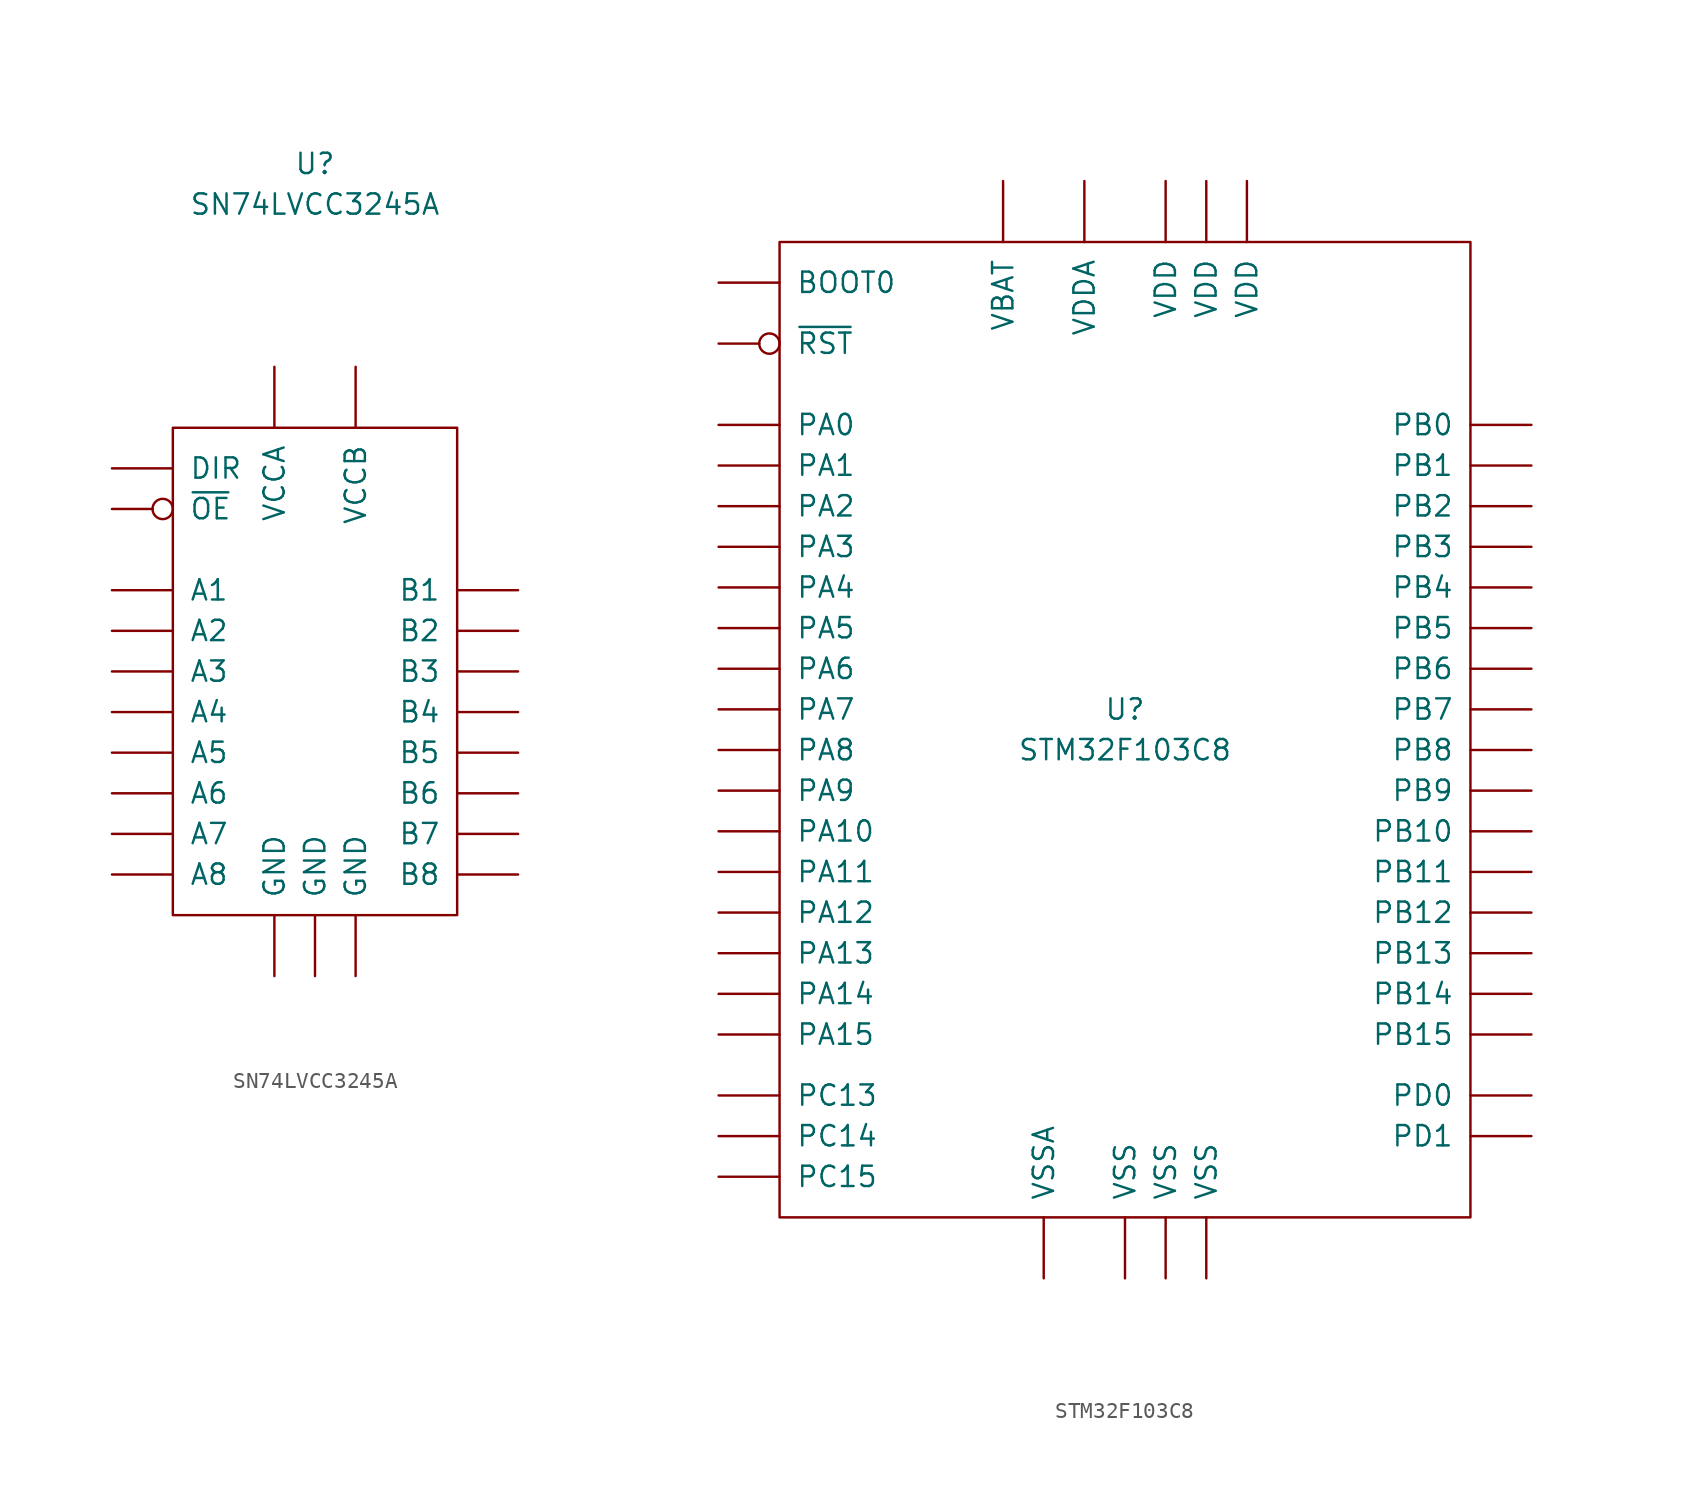
<source format=kicad_sym>
(kicad_symbol_lib
  (version 20211014)
  (generator kicad_symbol_editor)
  (symbol "SN74LVCC3245A"
    (pin_numbers hide)
    (pin_names
      (offset 1.016))
    (property "Reference" "U"
      (at 0 31.75 0)
      (effects (font (size 1.27 1.27))))
    (property "Value" "SN74LVCC3245A"
      (at 0 29.21 0)
      (effects (font (size 1.27 1.27))))
    (symbol "SN74LVCC3245A_0_1"
      (rectangle (start -8.89 15.24) (end 8.89 -15.24) (stroke (width 0) (type default) (color 0 0 0 0)) (fill (type none))))
    (symbol "SN74LVCC3245A_1_1"
      (pin power_in line (at -2.54 19.05 270) (length 3.81) (name "VCCA" (effects (font (size 1.27 1.27)))) (number "1" (effects (font (size 1.27 1.27)))))
      (pin bidirectional line (at -12.7 -12.7 0) (length 3.81) (name "A8" (effects (font (size 1.27 1.27)))) (number "10" (effects (font (size 1.27 1.27)))))
      (pin power_in line (at -2.54 -19.05 90) (length 3.81) (name "GND" (effects (font (size 1.27 1.27)))) (number "11" (effects (font (size 1.27 1.27)))))
      (pin power_in line (at 0 -19.05 90) (length 3.81) (name "GND" (effects (font (size 1.27 1.27)))) (number "12" (effects (font (size 1.27 1.27)))))
      (pin power_in line (at 2.54 -19.05 90) (length 3.81) (name "GND" (effects (font (size 1.27 1.27)))) (number "13" (effects (font (size 1.27 1.27)))))
      (pin bidirectional line (at 12.7 -12.7 180) (length 3.81) (name "B8" (effects (font (size 1.27 1.27)))) (number "14" (effects (font (size 1.27 1.27)))))
      (pin bidirectional line (at 12.7 -10.16 180) (length 3.81) (name "B7" (effects (font (size 1.27 1.27)))) (number "15" (effects (font (size 1.27 1.27)))))
      (pin bidirectional line (at 12.7 -7.62 180) (length 3.81) (name "B6" (effects (font (size 1.27 1.27)))) (number "16" (effects (font (size 1.27 1.27)))))
      (pin bidirectional line (at 12.7 -5.08 180) (length 3.81) (name "B5" (effects (font (size 1.27 1.27)))) (number "17" (effects (font (size 1.27 1.27)))))
      (pin bidirectional line (at 12.7 -2.54 180) (length 3.81) (name "B4" (effects (font (size 1.27 1.27)))) (number "18" (effects (font (size 1.27 1.27)))))
      (pin bidirectional line (at 12.7 0 180) (length 3.81) (name "B3" (effects (font (size 1.27 1.27)))) (number "19" (effects (font (size 1.27 1.27)))))
      (pin input line (at -12.7 12.7 0) (length 3.81) (name "DIR" (effects (font (size 1.27 1.27)))) (number "2" (effects (font (size 1.27 1.27)))))
      (pin bidirectional line (at 12.7 2.54 180) (length 3.81) (name "B2" (effects (font (size 1.27 1.27)))) (number "20" (effects (font (size 1.27 1.27)))))
      (pin bidirectional line (at 12.7 5.08 180) (length 3.81) (name "B1" (effects (font (size 1.27 1.27)))) (number "21" (effects (font (size 1.27 1.27)))))
      (pin input inverted (at -12.7 10.16 0) (length 3.81) (name "~{OE}" (effects (font (size 1.27 1.27)))) (number "22" (effects (font (size 1.27 1.27)))))
      (pin no_connect line (at 0 0 90) (length 3.81) hide (name "NC" (effects (font (size 1.27 1.27)))) (number "23" (effects (font (size 1.27 1.27)))))
      (pin power_in line (at 2.54 19.05 270) (length 3.81) (name "VCCB" (effects (font (size 1.27 1.27)))) (number "24" (effects (font (size 1.27 1.27)))))
      (pin bidirectional line (at -12.7 5.08 0) (length 3.81) (name "A1" (effects (font (size 1.27 1.27)))) (number "3" (effects (font (size 1.27 1.27)))))
      (pin bidirectional line (at -12.7 2.54 0) (length 3.81) (name "A2" (effects (font (size 1.27 1.27)))) (number "4" (effects (font (size 1.27 1.27)))))
      (pin bidirectional line (at -12.7 0 0) (length 3.81) (name "A3" (effects (font (size 1.27 1.27)))) (number "5" (effects (font (size 1.27 1.27)))))
      (pin bidirectional line (at -12.7 -2.54 0) (length 3.81) (name "A4" (effects (font (size 1.27 1.27)))) (number "6" (effects (font (size 1.27 1.27)))))
      (pin bidirectional line (at -12.7 -5.08 0) (length 3.81) (name "A5" (effects (font (size 1.27 1.27)))) (number "7" (effects (font (size 1.27 1.27)))))
      (pin bidirectional line (at -12.7 -7.62 0) (length 3.81) (name "A6" (effects (font (size 1.27 1.27)))) (number "8" (effects (font (size 1.27 1.27)))))
      (pin bidirectional line (at -12.7 -10.16 0) (length 3.81) (name "A7" (effects (font (size 1.27 1.27)))) (number "9" (effects (font (size 1.27 1.27)))))))
  (symbol "STM32F103C8"
    (pin_numbers hide)
    (pin_names
      (offset 1.016))
    (property "Reference" "U"
      (at 0 1.27 0)
      (effects (font (size 1.27 1.27))))
    (property "Value" "STM32F103C8"
      (at 0 -1.27 0)
      (effects (font (size 1.27 1.27))))
    (symbol "STM32F103C8_0_1"
      (rectangle (start -21.59 30.48) (end 21.59 -30.48) (stroke (width 0) (type default) (color 0 0 0 0)) (fill (type none))))
    (symbol "STM32F103C8_1_1"
      (pin power_in line (at -7.62 34.29 270) (length 3.81) (name "VBAT" (effects (font (size 1.27 1.27)))) (number "1" (effects (font (size 1.27 1.27)))))
      (pin bidirectional line (at -25.4 19.05 0) (length 3.81) (name "PA0" (effects (font (size 1.27 1.27)))) (number "10" (effects (font (size 1.27 1.27)))))
      (pin bidirectional line (at -25.4 16.51 0) (length 3.81) (name "PA1" (effects (font (size 1.27 1.27)))) (number "11" (effects (font (size 1.27 1.27)))))
      (pin bidirectional line (at -25.4 13.97 0) (length 3.81) (name "PA2" (effects (font (size 1.27 1.27)))) (number "12" (effects (font (size 1.27 1.27)))))
      (pin bidirectional line (at -25.4 11.43 0) (length 3.81) (name "PA3" (effects (font (size 1.27 1.27)))) (number "13" (effects (font (size 1.27 1.27)))))
      (pin bidirectional line (at -25.4 8.89 0) (length 3.81) (name "PA4" (effects (font (size 1.27 1.27)))) (number "14" (effects (font (size 1.27 1.27)))))
      (pin bidirectional line (at -25.4 6.35 0) (length 3.81) (name "PA5" (effects (font (size 1.27 1.27)))) (number "15" (effects (font (size 1.27 1.27)))))
      (pin bidirectional line (at -25.4 3.81 0) (length 3.81) (name "PA6" (effects (font (size 1.27 1.27)))) (number "16" (effects (font (size 1.27 1.27)))))
      (pin bidirectional line (at -25.4 1.27 0) (length 3.81) (name "PA7" (effects (font (size 1.27 1.27)))) (number "17" (effects (font (size 1.27 1.27)))))
      (pin bidirectional line (at 25.4 19.05 180) (length 3.81) (name "PB0" (effects (font (size 1.27 1.27)))) (number "18" (effects (font (size 1.27 1.27)))))
      (pin bidirectional line (at 25.4 16.51 180) (length 3.81) (name "PB1" (effects (font (size 1.27 1.27)))) (number "19" (effects (font (size 1.27 1.27)))))
      (pin bidirectional line (at -25.4 -22.86 0) (length 3.81) (name "PC13" (effects (font (size 1.27 1.27)))) (number "2" (effects (font (size 1.27 1.27)))))
      (pin bidirectional line (at 25.4 13.97 180) (length 3.81) (name "PB2" (effects (font (size 1.27 1.27)))) (number "20" (effects (font (size 1.27 1.27)))))
      (pin bidirectional line (at 25.4 -6.35 180) (length 3.81) (name "PB10" (effects (font (size 1.27 1.27)))) (number "21" (effects (font (size 1.27 1.27)))))
      (pin bidirectional line (at 25.4 -8.89 180) (length 3.81) (name "PB11" (effects (font (size 1.27 1.27)))) (number "22" (effects (font (size 1.27 1.27)))))
      (pin power_in line (at 0 -34.29 90) (length 3.81) (name "VSS" (effects (font (size 1.27 1.27)))) (number "23" (effects (font (size 1.27 1.27)))))
      (pin power_in line (at 2.54 34.29 270) (length 3.81) (name "VDD" (effects (font (size 1.27 1.27)))) (number "24" (effects (font (size 1.27 1.27)))))
      (pin bidirectional line (at 25.4 -11.43 180) (length 3.81) (name "PB12" (effects (font (size 1.27 1.27)))) (number "25" (effects (font (size 1.27 1.27)))))
      (pin bidirectional line (at 25.4 -13.97 180) (length 3.81) (name "PB13" (effects (font (size 1.27 1.27)))) (number "26" (effects (font (size 1.27 1.27)))))
      (pin bidirectional line (at 25.4 -16.51 180) (length 3.81) (name "PB14" (effects (font (size 1.27 1.27)))) (number "27" (effects (font (size 1.27 1.27)))))
      (pin bidirectional line (at 25.4 -19.05 180) (length 3.81) (name "PB15" (effects (font (size 1.27 1.27)))) (number "28" (effects (font (size 1.27 1.27)))))
      (pin bidirectional line (at -25.4 -1.27 0) (length 3.81) (name "PA8" (effects (font (size 1.27 1.27)))) (number "29" (effects (font (size 1.27 1.27)))))
      (pin bidirectional line (at -25.4 -25.4 0) (length 3.81) (name "PC14" (effects (font (size 1.27 1.27)))) (number "3" (effects (font (size 1.27 1.27)))))
      (pin bidirectional line (at -25.4 -3.81 0) (length 3.81) (name "PA9" (effects (font (size 1.27 1.27)))) (number "30" (effects (font (size 1.27 1.27)))))
      (pin bidirectional line (at -25.4 -6.35 0) (length 3.81) (name "PA10" (effects (font (size 1.27 1.27)))) (number "31" (effects (font (size 1.27 1.27)))))
      (pin bidirectional line (at -25.4 -8.89 0) (length 3.81) (name "PA11" (effects (font (size 1.27 1.27)))) (number "32" (effects (font (size 1.27 1.27)))))
      (pin bidirectional line (at -25.4 -11.43 0) (length 3.81) (name "PA12" (effects (font (size 1.27 1.27)))) (number "33" (effects (font (size 1.27 1.27)))))
      (pin bidirectional line (at -25.4 -13.97 0) (length 3.81) (name "PA13" (effects (font (size 1.27 1.27)))) (number "34" (effects (font (size 1.27 1.27)))))
      (pin power_in line (at 2.54 -34.29 90) (length 3.81) (name "VSS" (effects (font (size 1.27 1.27)))) (number "35" (effects (font (size 1.27 1.27)))))
      (pin power_in line (at 5.08 34.29 270) (length 3.81) (name "VDD" (effects (font (size 1.27 1.27)))) (number "36" (effects (font (size 1.27 1.27)))))
      (pin bidirectional line (at -25.4 -16.51 0) (length 3.81) (name "PA14" (effects (font (size 1.27 1.27)))) (number "37" (effects (font (size 1.27 1.27)))))
      (pin bidirectional line (at -25.4 -19.05 0) (length 3.81) (name "PA15" (effects (font (size 1.27 1.27)))) (number "38" (effects (font (size 1.27 1.27)))))
      (pin bidirectional line (at 25.4 11.43 180) (length 3.81) (name "PB3" (effects (font (size 1.27 1.27)))) (number "39" (effects (font (size 1.27 1.27)))))
      (pin bidirectional line (at -25.4 -27.94 0) (length 3.81) (name "PC15" (effects (font (size 1.27 1.27)))) (number "4" (effects (font (size 1.27 1.27)))))
      (pin bidirectional line (at 25.4 8.89 180) (length 3.81) (name "PB4" (effects (font (size 1.27 1.27)))) (number "40" (effects (font (size 1.27 1.27)))))
      (pin bidirectional line (at 25.4 6.35 180) (length 3.81) (name "PB5" (effects (font (size 1.27 1.27)))) (number "41" (effects (font (size 1.27 1.27)))))
      (pin bidirectional line (at 25.4 3.81 180) (length 3.81) (name "PB6" (effects (font (size 1.27 1.27)))) (number "42" (effects (font (size 1.27 1.27)))))
      (pin bidirectional line (at 25.4 1.27 180) (length 3.81) (name "PB7" (effects (font (size 1.27 1.27)))) (number "43" (effects (font (size 1.27 1.27)))))
      (pin input line (at -25.4 27.94 0) (length 3.81) (name "BOOT0" (effects (font (size 1.27 1.27)))) (number "44" (effects (font (size 1.27 1.27)))))
      (pin bidirectional line (at 25.4 -1.27 180) (length 3.81) (name "PB8" (effects (font (size 1.27 1.27)))) (number "45" (effects (font (size 1.27 1.27)))))
      (pin bidirectional line (at 25.4 -3.81 180) (length 3.81) (name "PB9" (effects (font (size 1.27 1.27)))) (number "46" (effects (font (size 1.27 1.27)))))
      (pin power_in line (at 5.08 -34.29 90) (length 3.81) (name "VSS" (effects (font (size 1.27 1.27)))) (number "47" (effects (font (size 1.27 1.27)))))
      (pin power_in line (at 7.62 34.29 270) (length 3.81) (name "VDD" (effects (font (size 1.27 1.27)))) (number "48" (effects (font (size 1.27 1.27)))))
      (pin bidirectional line (at 25.4 -22.86 180) (length 3.81) (name "PD0" (effects (font (size 1.27 1.27)))) (number "5" (effects (font (size 1.27 1.27)))))
      (pin bidirectional line (at 25.4 -25.4 180) (length 3.81) (name "PD1" (effects (font (size 1.27 1.27)))) (number "6" (effects (font (size 1.27 1.27)))))
      (pin input inverted (at -25.4 24.13 0) (length 3.81) (name "~{RST}" (effects (font (size 1.27 1.27)))) (number "7" (effects (font (size 1.27 1.27)))))
      (pin power_in line (at -5.08 -34.29 90) (length 3.81) (name "VSSA" (effects (font (size 1.27 1.27)))) (number "8" (effects (font (size 1.27 1.27)))))
      (pin power_in line (at -2.54 34.29 270) (length 3.81) (name "VDDA" (effects (font (size 1.27 1.27)))) (number "9" (effects (font (size 1.27 1.27))))))))
</source>
